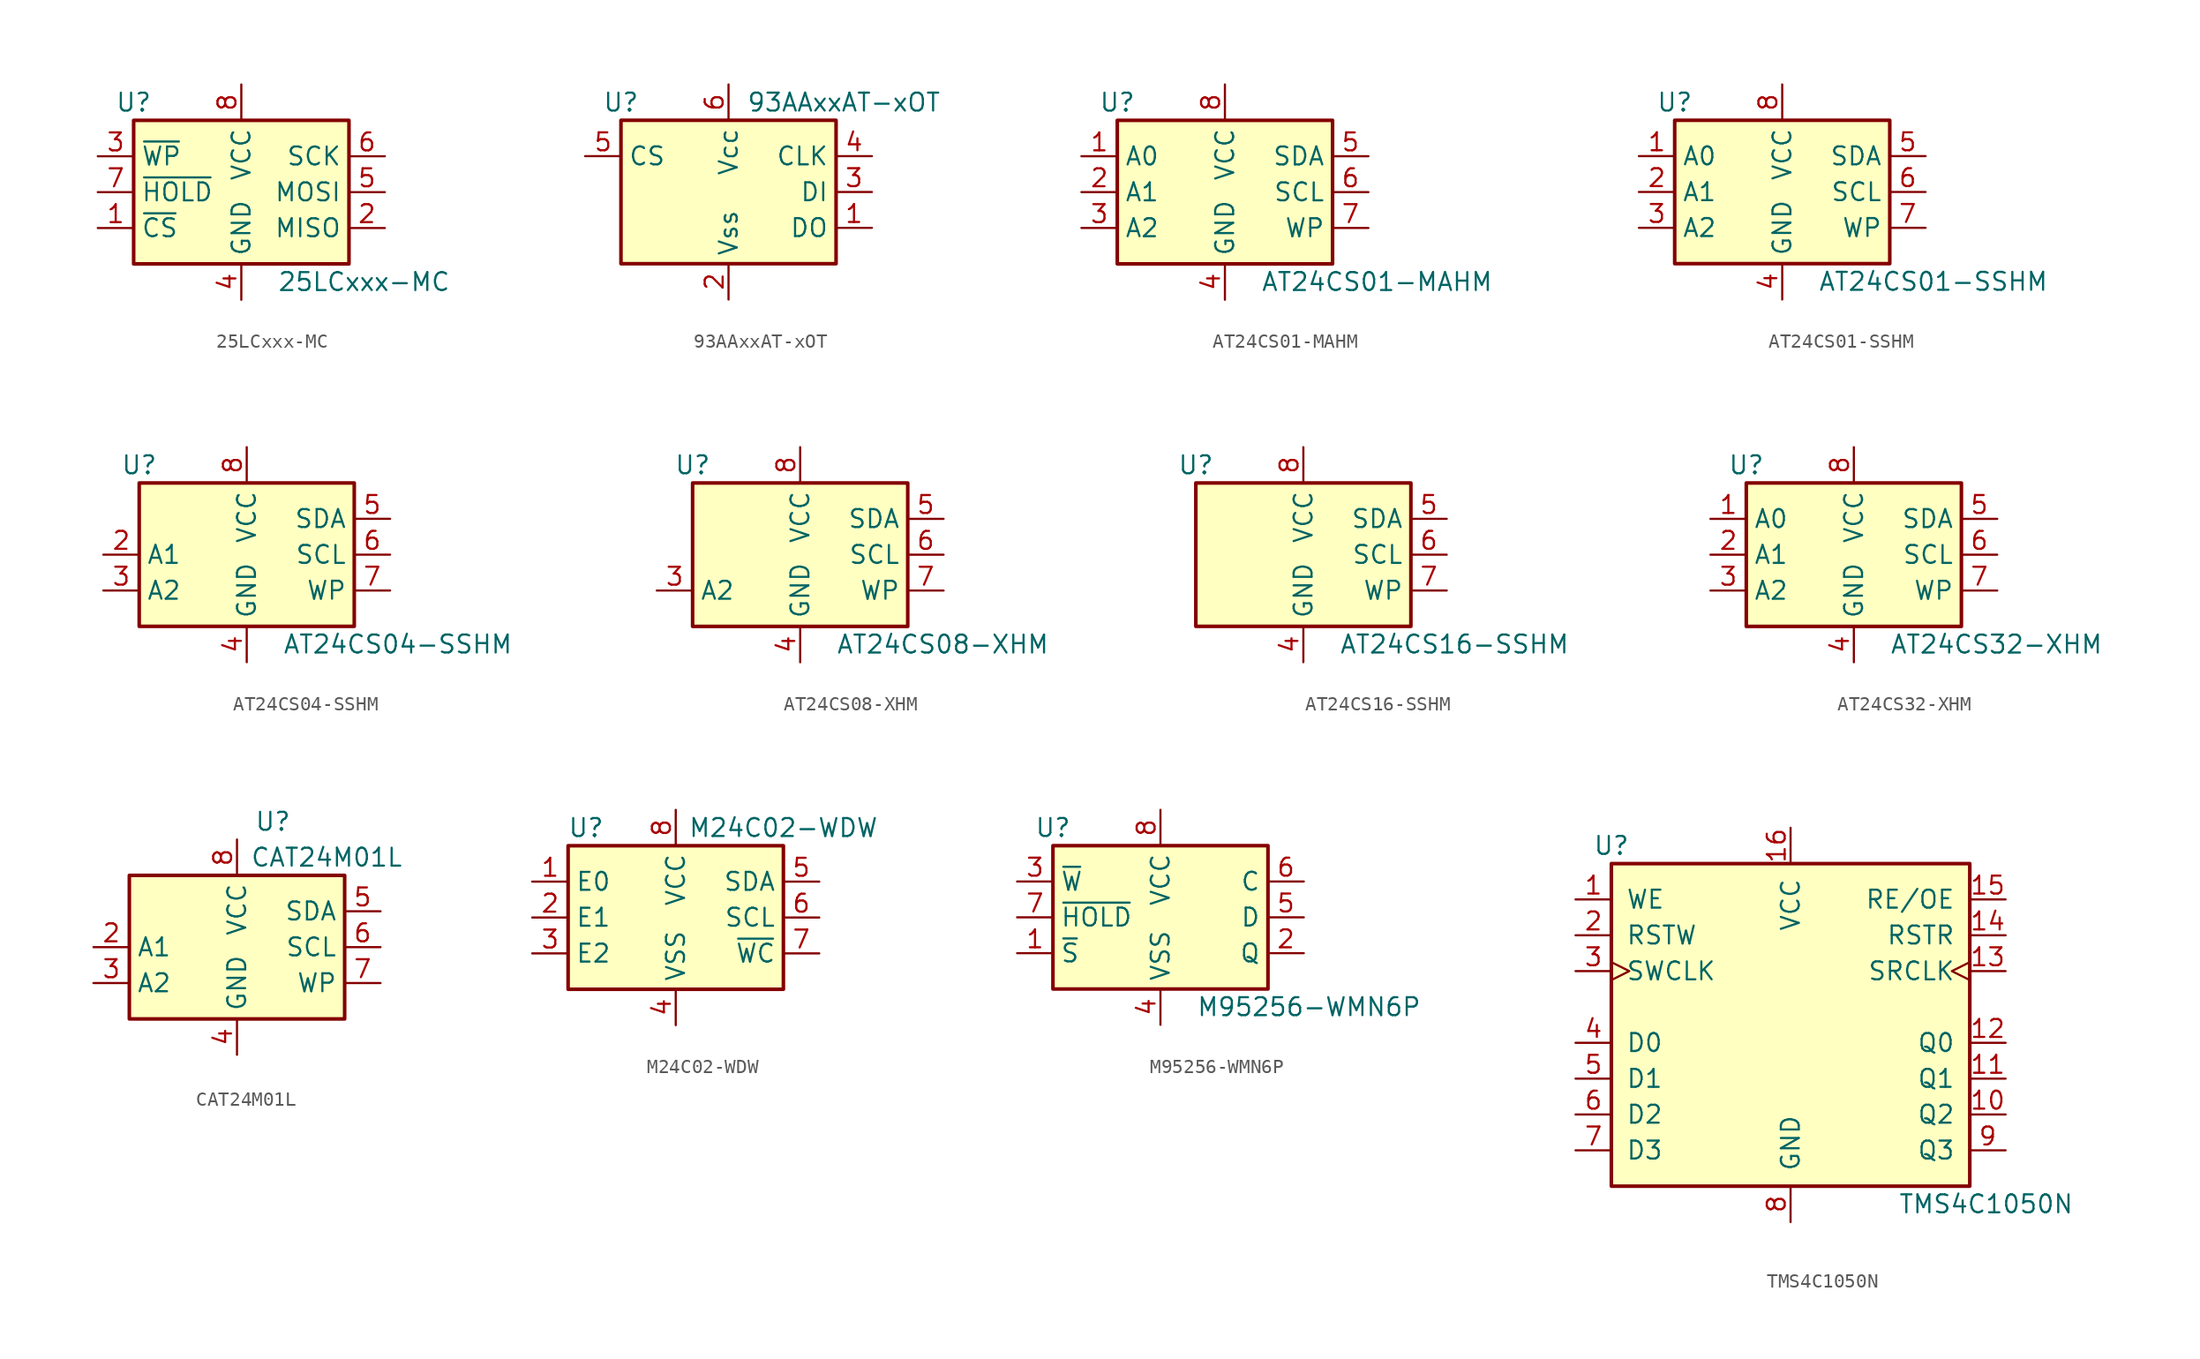
<source format=kicad_sym>
(kicad_symbol_lib
  (version 20220914)
  (generator kicad_symbol_editor)
  (symbol "25LCxxx-MC"
    (property "Reference" "U"
      (at -7.62 6.35 0)
      (effects (font (size 1.27 1.27))))
    (property "Value" "25LCxxx-MC"
      (at 2.54 -6.35 0)
      (effects (font (size 1.27 1.27)) (justify left)))
    (symbol "25LCxxx-MC_1_1"
      (rectangle (start -7.62 5.08) (end 7.62 -5.08) (stroke (width 0.254) (type default)) (fill (type background)))
      (pin input line (at -10.16 -2.54 0) (length 2.54) (name "~{CS}" (effects (font (size 1.27 1.27)))) (number "1" (effects (font (size 1.27 1.27)))))
      (pin tri_state line (at 10.16 -2.54 180) (length 2.54) (name "MISO" (effects (font (size 1.27 1.27)))) (number "2" (effects (font (size 1.27 1.27)))))
      (pin input line (at -10.16 2.54 0) (length 2.54) (name "~{WP}" (effects (font (size 1.27 1.27)))) (number "3" (effects (font (size 1.27 1.27)))))
      (pin power_in line (at 0 -7.62 90) (length 2.54) (name "GND" (effects (font (size 1.27 1.27)))) (number "4" (effects (font (size 1.27 1.27)))))
      (pin input line (at 10.16 0 180) (length 2.54) (name "MOSI" (effects (font (size 1.27 1.27)))) (number "5" (effects (font (size 1.27 1.27)))))
      (pin input line (at 10.16 2.54 180) (length 2.54) (name "SCK" (effects (font (size 1.27 1.27)))) (number "6" (effects (font (size 1.27 1.27)))))
      (pin input line (at -10.16 0 0) (length 2.54) (name "~{HOLD}" (effects (font (size 1.27 1.27)))) (number "7" (effects (font (size 1.27 1.27)))))
      (pin power_in line (at 0 7.62 270) (length 2.54) (name "VCC" (effects (font (size 1.27 1.27)))) (number "8" (effects (font (size 1.27 1.27)))))
      (pin passive line (at 0 -7.62 90) (length 2.54) hide (name "GND" (effects (font (size 1.27 1.27)))) (number "9" (effects (font (size 1.27 1.27)))))))
  (symbol "93AAxxAT-xOT"
    (property "Reference" "U"
      (at -7.62 6.35 0)
      (effects (font (size 1.27 1.27))))
    (property "Value" "93AAxxAT-xOT"
      (at 1.27 6.35 0)
      (effects (font (size 1.27 1.27)) (justify left)))
    (symbol "93AAxxAT-xOT_1_1"
      (rectangle (start -7.62 5.08) (end 7.62 -5.08) (stroke (width 0.254) (type default)) (fill (type background)))
      (pin tri_state line (at 10.16 -2.54 180) (length 2.54) (name "DO" (effects (font (size 1.27 1.27)))) (number "1" (effects (font (size 1.27 1.27)))))
      (pin power_in line (at 0 -7.62 90) (length 2.54) (name "Vss" (effects (font (size 1.27 1.27)))) (number "2" (effects (font (size 1.27 1.27)))))
      (pin input line (at 10.16 0 180) (length 2.54) (name "DI" (effects (font (size 1.27 1.27)))) (number "3" (effects (font (size 1.27 1.27)))))
      (pin input line (at 10.16 2.54 180) (length 2.54) (name "CLK" (effects (font (size 1.27 1.27)))) (number "4" (effects (font (size 1.27 1.27)))))
      (pin input line (at -10.16 2.54 0) (length 2.54) (name "CS" (effects (font (size 1.27 1.27)))) (number "5" (effects (font (size 1.27 1.27)))))
      (pin power_in line (at 0 7.62 270) (length 2.54) (name "Vcc" (effects (font (size 1.27 1.27)))) (number "6" (effects (font (size 1.27 1.27)))))))
  (symbol "AT24CS01-MAHM"
    (property "Reference" "U"
      (at -7.62 6.35 0)
      (effects (font (size 1.27 1.27))))
    (property "Value" "AT24CS01-MAHM"
      (at 2.54 -6.35 0)
      (effects (font (size 1.27 1.27)) (justify left)))
    (symbol "AT24CS01-MAHM_1_1"
      (rectangle (start -7.62 5.08) (end 7.62 -5.08) (stroke (width 0.254) (type default)) (fill (type background)))
      (pin input line (at -10.16 2.54 0) (length 2.54) (name "A0" (effects (font (size 1.27 1.27)))) (number "1" (effects (font (size 1.27 1.27)))))
      (pin input line (at -10.16 0 0) (length 2.54) (name "A1" (effects (font (size 1.27 1.27)))) (number "2" (effects (font (size 1.27 1.27)))))
      (pin input line (at -10.16 -2.54 0) (length 2.54) (name "A2" (effects (font (size 1.27 1.27)))) (number "3" (effects (font (size 1.27 1.27)))))
      (pin power_in line (at 0 -7.62 90) (length 2.54) (name "GND" (effects (font (size 1.27 1.27)))) (number "4" (effects (font (size 1.27 1.27)))))
      (pin bidirectional line (at 10.16 2.54 180) (length 2.54) (name "SDA" (effects (font (size 1.27 1.27)))) (number "5" (effects (font (size 1.27 1.27)))))
      (pin input line (at 10.16 0 180) (length 2.54) (name "SCL" (effects (font (size 1.27 1.27)))) (number "6" (effects (font (size 1.27 1.27)))))
      (pin input line (at 10.16 -2.54 180) (length 2.54) (name "WP" (effects (font (size 1.27 1.27)))) (number "7" (effects (font (size 1.27 1.27)))))
      (pin power_in line (at 0 7.62 270) (length 2.54) (name "VCC" (effects (font (size 1.27 1.27)))) (number "8" (effects (font (size 1.27 1.27)))))))
  (symbol "AT24CS01-SSHM"
    (property "Reference" "U"
      (at -7.62 6.35 0)
      (effects (font (size 1.27 1.27))))
    (property "Value" "AT24CS01-SSHM"
      (at 2.54 -6.35 0)
      (effects (font (size 1.27 1.27)) (justify left)))
    (symbol "AT24CS01-SSHM_1_1"
      (rectangle (start -7.62 5.08) (end 7.62 -5.08) (stroke (width 0.254) (type default)) (fill (type background)))
      (pin input line (at -10.16 2.54 0) (length 2.54) (name "A0" (effects (font (size 1.27 1.27)))) (number "1" (effects (font (size 1.27 1.27)))))
      (pin input line (at -10.16 0 0) (length 2.54) (name "A1" (effects (font (size 1.27 1.27)))) (number "2" (effects (font (size 1.27 1.27)))))
      (pin input line (at -10.16 -2.54 0) (length 2.54) (name "A2" (effects (font (size 1.27 1.27)))) (number "3" (effects (font (size 1.27 1.27)))))
      (pin power_in line (at 0 -7.62 90) (length 2.54) (name "GND" (effects (font (size 1.27 1.27)))) (number "4" (effects (font (size 1.27 1.27)))))
      (pin bidirectional line (at 10.16 2.54 180) (length 2.54) (name "SDA" (effects (font (size 1.27 1.27)))) (number "5" (effects (font (size 1.27 1.27)))))
      (pin input line (at 10.16 0 180) (length 2.54) (name "SCL" (effects (font (size 1.27 1.27)))) (number "6" (effects (font (size 1.27 1.27)))))
      (pin input line (at 10.16 -2.54 180) (length 2.54) (name "WP" (effects (font (size 1.27 1.27)))) (number "7" (effects (font (size 1.27 1.27)))))
      (pin power_in line (at 0 7.62 270) (length 2.54) (name "VCC" (effects (font (size 1.27 1.27)))) (number "8" (effects (font (size 1.27 1.27)))))))
  (symbol "AT24CS04-SSHM"
    (property "Reference" "U"
      (at -7.62 6.35 0)
      (effects (font (size 1.27 1.27))))
    (property "Value" "AT24CS04-SSHM"
      (at 2.54 -6.35 0)
      (effects (font (size 1.27 1.27)) (justify left)))
    (symbol "AT24CS04-SSHM_1_1"
      (rectangle (start -7.62 5.08) (end 7.62 -5.08) (stroke (width 0.254) (type default)) (fill (type background)))
      (pin no_connect line (at -7.62 2.54 0) (length 2.54) hide (name "NC" (effects (font (size 1.27 1.27)))) (number "1" (effects (font (size 1.27 1.27)))))
      (pin input line (at -10.16 0 0) (length 2.54) (name "A1" (effects (font (size 1.27 1.27)))) (number "2" (effects (font (size 1.27 1.27)))))
      (pin input line (at -10.16 -2.54 0) (length 2.54) (name "A2" (effects (font (size 1.27 1.27)))) (number "3" (effects (font (size 1.27 1.27)))))
      (pin power_in line (at 0 -7.62 90) (length 2.54) (name "GND" (effects (font (size 1.27 1.27)))) (number "4" (effects (font (size 1.27 1.27)))))
      (pin bidirectional line (at 10.16 2.54 180) (length 2.54) (name "SDA" (effects (font (size 1.27 1.27)))) (number "5" (effects (font (size 1.27 1.27)))))
      (pin input line (at 10.16 0 180) (length 2.54) (name "SCL" (effects (font (size 1.27 1.27)))) (number "6" (effects (font (size 1.27 1.27)))))
      (pin input line (at 10.16 -2.54 180) (length 2.54) (name "WP" (effects (font (size 1.27 1.27)))) (number "7" (effects (font (size 1.27 1.27)))))
      (pin power_in line (at 0 7.62 270) (length 2.54) (name "VCC" (effects (font (size 1.27 1.27)))) (number "8" (effects (font (size 1.27 1.27)))))))
  (symbol "AT24CS08-XHM"
    (property "Reference" "U"
      (at -7.62 6.35 0)
      (effects (font (size 1.27 1.27))))
    (property "Value" "AT24CS08-XHM"
      (at 2.54 -6.35 0)
      (effects (font (size 1.27 1.27)) (justify left)))
    (symbol "AT24CS08-XHM_1_1"
      (rectangle (start -7.62 5.08) (end 7.62 -5.08) (stroke (width 0.254) (type default)) (fill (type background)))
      (pin no_connect line (at -7.62 2.54 0) (length 2.54) hide (name "NC" (effects (font (size 1.27 1.27)))) (number "1" (effects (font (size 1.27 1.27)))))
      (pin no_connect line (at -7.62 0 0) (length 2.54) hide (name "NC" (effects (font (size 1.27 1.27)))) (number "2" (effects (font (size 1.27 1.27)))))
      (pin input line (at -10.16 -2.54 0) (length 2.54) (name "A2" (effects (font (size 1.27 1.27)))) (number "3" (effects (font (size 1.27 1.27)))))
      (pin power_in line (at 0 -7.62 90) (length 2.54) (name "GND" (effects (font (size 1.27 1.27)))) (number "4" (effects (font (size 1.27 1.27)))))
      (pin bidirectional line (at 10.16 2.54 180) (length 2.54) (name "SDA" (effects (font (size 1.27 1.27)))) (number "5" (effects (font (size 1.27 1.27)))))
      (pin input line (at 10.16 0 180) (length 2.54) (name "SCL" (effects (font (size 1.27 1.27)))) (number "6" (effects (font (size 1.27 1.27)))))
      (pin input line (at 10.16 -2.54 180) (length 2.54) (name "WP" (effects (font (size 1.27 1.27)))) (number "7" (effects (font (size 1.27 1.27)))))
      (pin power_in line (at 0 7.62 270) (length 2.54) (name "VCC" (effects (font (size 1.27 1.27)))) (number "8" (effects (font (size 1.27 1.27)))))))
  (symbol "AT24CS16-SSHM"
    (property "Reference" "U"
      (at -7.62 6.35 0)
      (effects (font (size 1.27 1.27))))
    (property "Value" "AT24CS16-SSHM"
      (at 2.54 -6.35 0)
      (effects (font (size 1.27 1.27)) (justify left)))
    (symbol "AT24CS16-SSHM_1_1"
      (rectangle (start -7.62 5.08) (end 7.62 -5.08) (stroke (width 0.254) (type default)) (fill (type background)))
      (pin no_connect line (at -7.62 2.54 0) (length 2.54) hide (name "NC" (effects (font (size 1.27 1.27)))) (number "1" (effects (font (size 1.27 1.27)))))
      (pin no_connect line (at -7.62 0 0) (length 2.54) hide (name "NC" (effects (font (size 1.27 1.27)))) (number "2" (effects (font (size 1.27 1.27)))))
      (pin no_connect line (at -7.62 -2.54 0) (length 2.54) hide (name "NC" (effects (font (size 1.27 1.27)))) (number "3" (effects (font (size 1.27 1.27)))))
      (pin power_in line (at 0 -7.62 90) (length 2.54) (name "GND" (effects (font (size 1.27 1.27)))) (number "4" (effects (font (size 1.27 1.27)))))
      (pin bidirectional line (at 10.16 2.54 180) (length 2.54) (name "SDA" (effects (font (size 1.27 1.27)))) (number "5" (effects (font (size 1.27 1.27)))))
      (pin input line (at 10.16 0 180) (length 2.54) (name "SCL" (effects (font (size 1.27 1.27)))) (number "6" (effects (font (size 1.27 1.27)))))
      (pin input line (at 10.16 -2.54 180) (length 2.54) (name "WP" (effects (font (size 1.27 1.27)))) (number "7" (effects (font (size 1.27 1.27)))))
      (pin power_in line (at 0 7.62 270) (length 2.54) (name "VCC" (effects (font (size 1.27 1.27)))) (number "8" (effects (font (size 1.27 1.27)))))))
  (symbol "AT24CS32-XHM"
    (property "Reference" "U"
      (at -7.62 6.35 0)
      (effects (font (size 1.27 1.27))))
    (property "Value" "AT24CS32-XHM"
      (at 2.54 -6.35 0)
      (effects (font (size 1.27 1.27)) (justify left)))
    (symbol "AT24CS32-XHM_1_1"
      (rectangle (start -7.62 5.08) (end 7.62 -5.08) (stroke (width 0.254) (type default)) (fill (type background)))
      (pin input line (at -10.16 2.54 0) (length 2.54) (name "A0" (effects (font (size 1.27 1.27)))) (number "1" (effects (font (size 1.27 1.27)))))
      (pin input line (at -10.16 0 0) (length 2.54) (name "A1" (effects (font (size 1.27 1.27)))) (number "2" (effects (font (size 1.27 1.27)))))
      (pin input line (at -10.16 -2.54 0) (length 2.54) (name "A2" (effects (font (size 1.27 1.27)))) (number "3" (effects (font (size 1.27 1.27)))))
      (pin power_in line (at 0 -7.62 90) (length 2.54) (name "GND" (effects (font (size 1.27 1.27)))) (number "4" (effects (font (size 1.27 1.27)))))
      (pin bidirectional line (at 10.16 2.54 180) (length 2.54) (name "SDA" (effects (font (size 1.27 1.27)))) (number "5" (effects (font (size 1.27 1.27)))))
      (pin input line (at 10.16 0 180) (length 2.54) (name "SCL" (effects (font (size 1.27 1.27)))) (number "6" (effects (font (size 1.27 1.27)))))
      (pin input line (at 10.16 -2.54 180) (length 2.54) (name "WP" (effects (font (size 1.27 1.27)))) (number "7" (effects (font (size 1.27 1.27)))))
      (pin power_in line (at 0 7.62 270) (length 2.54) (name "VCC" (effects (font (size 1.27 1.27)))) (number "8" (effects (font (size 1.27 1.27)))))))
  (symbol "CAT24M01L"
    (property "Reference" "U"
      (at 2.54 8.89 0)
      (effects (font (size 1.27 1.27))))
    (property "Value" "CAT24M01L"
      (at 6.35 6.35 0)
      (effects (font (size 1.27 1.27))))
    (symbol "CAT24M01L_1_1"
      (rectangle (start -7.62 5.08) (end 7.62 -5.08) (stroke (width 0.254) (type default)) (fill (type background)))
      (pin no_connect line (at -7.62 2.54 0) (length 2.54) hide (name "NC" (effects (font (size 1.27 1.27)))) (number "1" (effects (font (size 1.27 1.27)))))
      (pin input line (at -10.16 0 0) (length 2.54) (name "A1" (effects (font (size 1.27 1.27)))) (number "2" (effects (font (size 1.27 1.27)))))
      (pin input line (at -10.16 -2.54 0) (length 2.54) (name "A2" (effects (font (size 1.27 1.27)))) (number "3" (effects (font (size 1.27 1.27)))))
      (pin power_in line (at 0 -7.62 90) (length 2.54) (name "GND" (effects (font (size 1.27 1.27)))) (number "4" (effects (font (size 1.27 1.27)))))
      (pin bidirectional line (at 10.16 2.54 180) (length 2.54) (name "SDA" (effects (font (size 1.27 1.27)))) (number "5" (effects (font (size 1.27 1.27)))))
      (pin input line (at 10.16 0 180) (length 2.54) (name "SCL" (effects (font (size 1.27 1.27)))) (number "6" (effects (font (size 1.27 1.27)))))
      (pin input line (at 10.16 -2.54 180) (length 2.54) (name "WP" (effects (font (size 1.27 1.27)))) (number "7" (effects (font (size 1.27 1.27)))))
      (pin power_in line (at 0 7.62 270) (length 2.54) (name "VCC" (effects (font (size 1.27 1.27)))) (number "8" (effects (font (size 1.27 1.27)))))))
  (symbol "M24C02-WDW"
    (property "Reference" "U"
      (at -6.35 6.35 0)
      (effects (font (size 1.27 1.27))))
    (property "Value" "M24C02-WDW"
      (at 7.62 6.35 0)
      (effects (font (size 1.27 1.27))))
    (symbol "M24C02-WDW_0_1"
      (rectangle (start -7.62 5.08) (end 7.62 -5.08) (stroke (width 0.254) (type default)) (fill (type background))))
    (symbol "M24C02-WDW_1_1"
      (pin input line (at -10.16 2.54 0) (length 2.54) (name "E0" (effects (font (size 1.27 1.27)))) (number "1" (effects (font (size 1.27 1.27)))))
      (pin input line (at -10.16 0 0) (length 2.54) (name "E1" (effects (font (size 1.27 1.27)))) (number "2" (effects (font (size 1.27 1.27)))))
      (pin input line (at -10.16 -2.54 0) (length 2.54) (name "E2" (effects (font (size 1.27 1.27)))) (number "3" (effects (font (size 1.27 1.27)))))
      (pin power_in line (at 0 -7.62 90) (length 2.54) (name "VSS" (effects (font (size 1.27 1.27)))) (number "4" (effects (font (size 1.27 1.27)))))
      (pin bidirectional line (at 10.16 2.54 180) (length 2.54) (name "SDA" (effects (font (size 1.27 1.27)))) (number "5" (effects (font (size 1.27 1.27)))))
      (pin input line (at 10.16 0 180) (length 2.54) (name "SCL" (effects (font (size 1.27 1.27)))) (number "6" (effects (font (size 1.27 1.27)))))
      (pin input line (at 10.16 -2.54 180) (length 2.54) (name "~{WC}" (effects (font (size 1.27 1.27)))) (number "7" (effects (font (size 1.27 1.27)))))
      (pin power_in line (at 0 7.62 270) (length 2.54) (name "VCC" (effects (font (size 1.27 1.27)))) (number "8" (effects (font (size 1.27 1.27)))))))
  (symbol "M95256-WMN6P"
    (property "Reference" "U"
      (at -7.62 6.35 0)
      (effects (font (size 1.27 1.27))))
    (property "Value" "M95256-WMN6P"
      (at 2.54 -6.35 0)
      (effects (font (size 1.27 1.27)) (justify left)))
    (symbol "M95256-WMN6P_1_1"
      (rectangle (start -7.62 5.08) (end 7.62 -5.08) (stroke (width 0.254) (type default)) (fill (type background)))
      (pin input line (at -10.16 -2.54 0) (length 2.54) (name "~{S}" (effects (font (size 1.27 1.27)))) (number "1" (effects (font (size 1.27 1.27)))))
      (pin output line (at 10.16 -2.54 180) (length 2.54) (name "Q" (effects (font (size 1.27 1.27)))) (number "2" (effects (font (size 1.27 1.27)))))
      (pin input line (at -10.16 2.54 0) (length 2.54) (name "~{W}" (effects (font (size 1.27 1.27)))) (number "3" (effects (font (size 1.27 1.27)))))
      (pin power_in line (at 0 -7.62 90) (length 2.54) (name "VSS" (effects (font (size 1.27 1.27)))) (number "4" (effects (font (size 1.27 1.27)))))
      (pin input line (at 10.16 0 180) (length 2.54) (name "D" (effects (font (size 1.27 1.27)))) (number "5" (effects (font (size 1.27 1.27)))))
      (pin input line (at 10.16 2.54 180) (length 2.54) (name "C" (effects (font (size 1.27 1.27)))) (number "6" (effects (font (size 1.27 1.27)))))
      (pin input line (at -10.16 0 0) (length 2.54) (name "~{HOLD}" (effects (font (size 1.27 1.27)))) (number "7" (effects (font (size 1.27 1.27)))))
      (pin power_in line (at 0 7.62 270) (length 2.54) (name "VCC" (effects (font (size 1.27 1.27)))) (number "8" (effects (font (size 1.27 1.27)))))))
  (symbol "TMS4C1050N"
    (pin_names
      (offset 1.016))
    (property "Reference" "U"
      (at -12.7 11.43 0)
      (effects (font (size 1.27 1.27))))
    (property "Value" "TMS4C1050N"
      (at 7.62 -13.97 0)
      (effects (font (size 1.27 1.27)) (justify left)))
    (symbol "TMS4C1050N_1_1"
      (rectangle (start -12.7 10.16) (end 12.7 -12.7) (stroke (width 0.254) (type default)) (fill (type background)))
      (pin input line (at -15.24 7.62 0) (length 2.54) (name "WE" (effects (font (size 1.27 1.27)))) (number "1" (effects (font (size 1.27 1.27)))))
      (pin tri_state line (at 15.24 -7.62 180) (length 2.54) (name "Q2" (effects (font (size 1.27 1.27)))) (number "10" (effects (font (size 1.27 1.27)))))
      (pin tri_state line (at 15.24 -5.08 180) (length 2.54) (name "Q1" (effects (font (size 1.27 1.27)))) (number "11" (effects (font (size 1.27 1.27)))))
      (pin tri_state line (at 15.24 -2.54 180) (length 2.54) (name "Q0" (effects (font (size 1.27 1.27)))) (number "12" (effects (font (size 1.27 1.27)))))
      (pin input clock (at 15.24 2.54 180) (length 2.54) (name "SRCLK" (effects (font (size 1.27 1.27)))) (number "13" (effects (font (size 1.27 1.27)))))
      (pin input line (at 15.24 5.08 180) (length 2.54) (name "RSTR" (effects (font (size 1.27 1.27)))) (number "14" (effects (font (size 1.27 1.27)))))
      (pin input line (at 15.24 7.62 180) (length 2.54) (name "RE/OE" (effects (font (size 1.27 1.27)))) (number "15" (effects (font (size 1.27 1.27)))))
      (pin power_in line (at 0 12.7 270) (length 2.54) (name "VCC" (effects (font (size 1.27 1.27)))) (number "16" (effects (font (size 1.27 1.27)))))
      (pin input line (at -15.24 5.08 0) (length 2.54) (name "RSTW" (effects (font (size 1.27 1.27)))) (number "2" (effects (font (size 1.27 1.27)))))
      (pin input clock (at -15.24 2.54 0) (length 2.54) (name "SWCLK" (effects (font (size 1.27 1.27)))) (number "3" (effects (font (size 1.27 1.27)))))
      (pin input line (at -15.24 -2.54 0) (length 2.54) (name "D0" (effects (font (size 1.27 1.27)))) (number "4" (effects (font (size 1.27 1.27)))))
      (pin input line (at -15.24 -5.08 0) (length 2.54) (name "D1" (effects (font (size 1.27 1.27)))) (number "5" (effects (font (size 1.27 1.27)))))
      (pin input line (at -15.24 -7.62 0) (length 2.54) (name "D2" (effects (font (size 1.27 1.27)))) (number "6" (effects (font (size 1.27 1.27)))))
      (pin input line (at -15.24 -10.16 0) (length 2.54) (name "D3" (effects (font (size 1.27 1.27)))) (number "7" (effects (font (size 1.27 1.27)))))
      (pin power_in line (at 0 -15.24 90) (length 2.54) (name "GND" (effects (font (size 1.27 1.27)))) (number "8" (effects (font (size 1.27 1.27)))))
      (pin tri_state line (at 15.24 -10.16 180) (length 2.54) (name "Q3" (effects (font (size 1.27 1.27)))) (number "9" (effects (font (size 1.27 1.27))))))))
</source>
